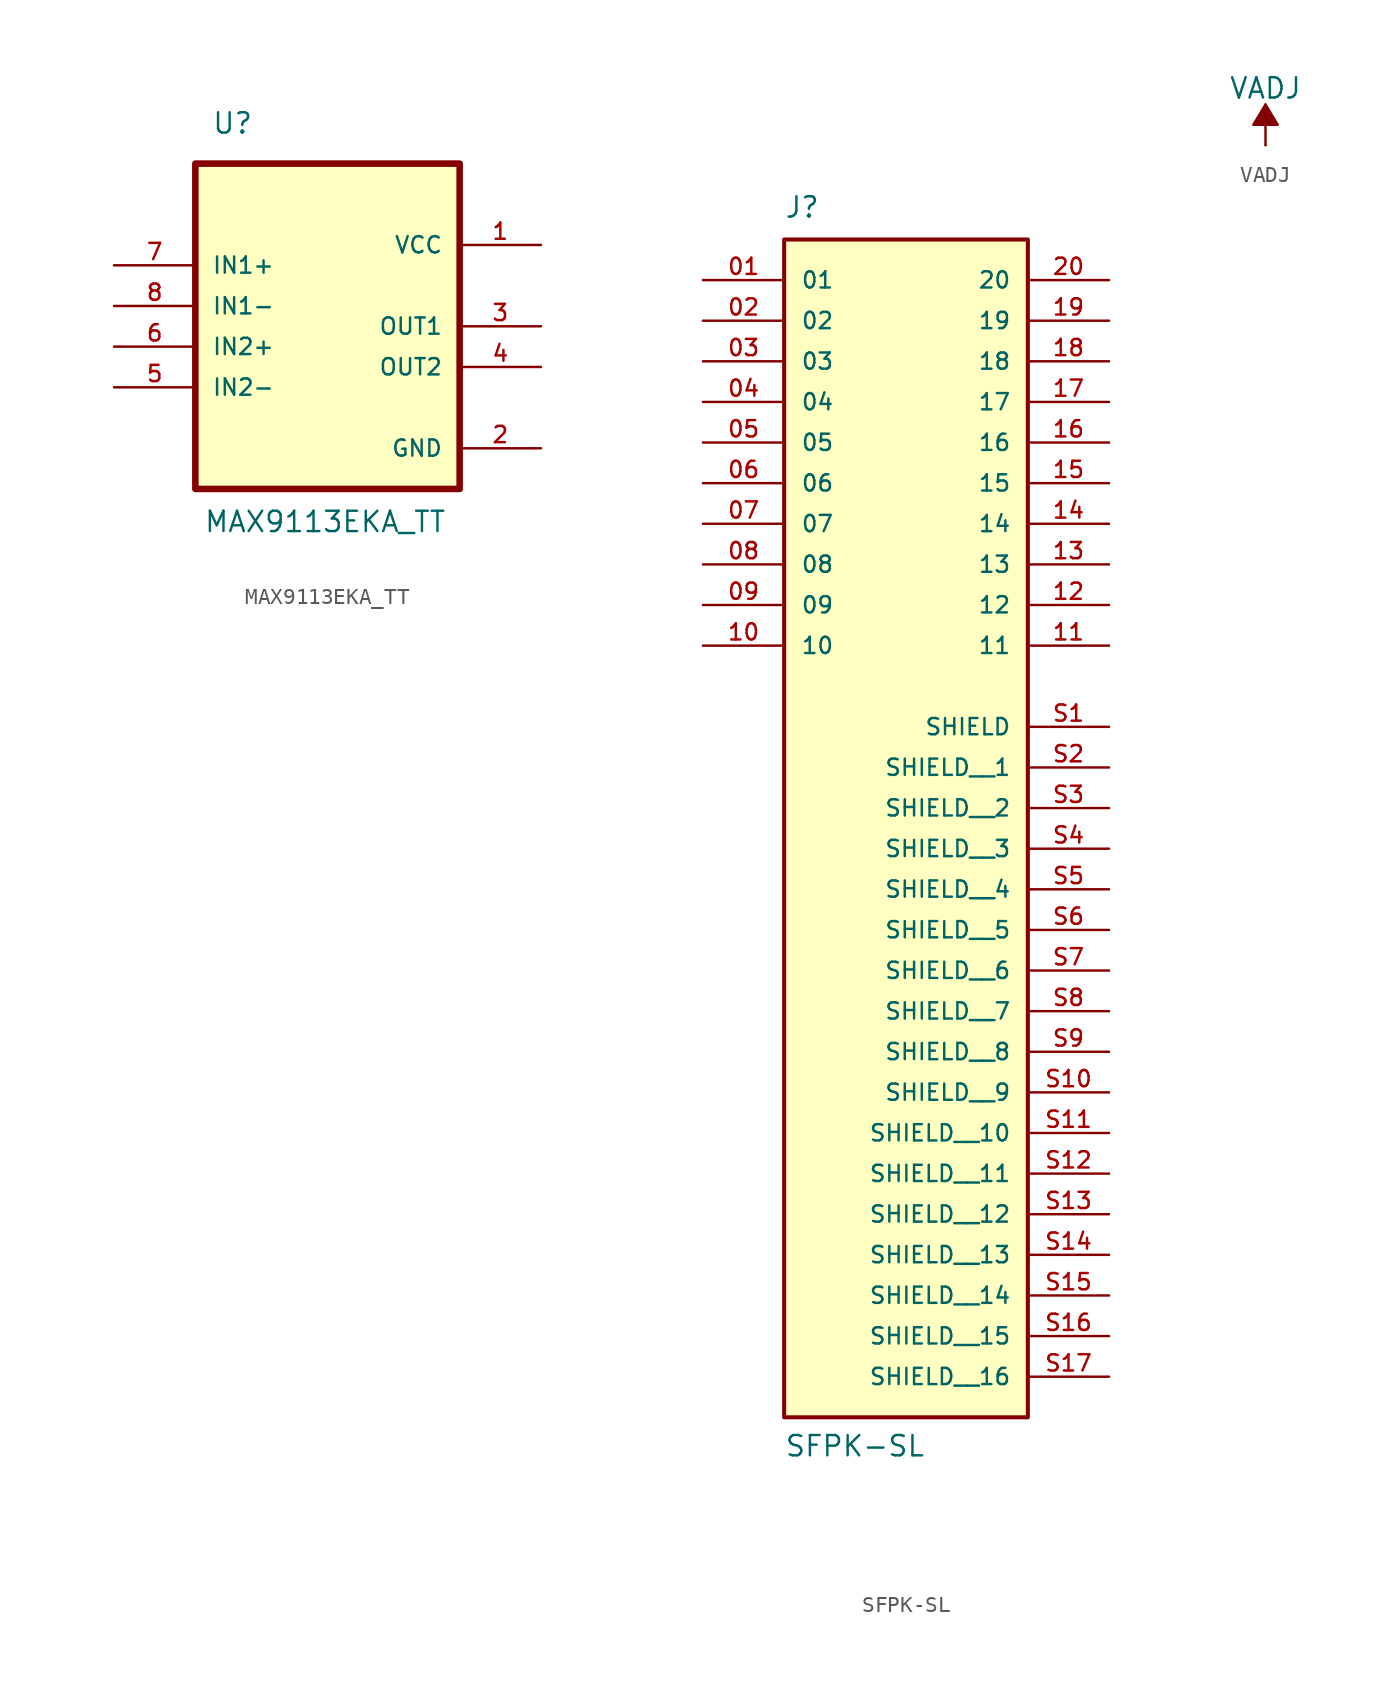
<source format=kicad_sym>
(kicad_symbol_lib
  (version 20231120)
  (generator "kicad_symbol_editor")
  (generator_version "8.0")
  (symbol "MAX9113EKA_TT"
    (pin_names
      (offset 1.016))
    (property "Reference" "U"
      (at -2.794 9.398 0)
      (effects (font (size 1.27 1.27)) (justify left bottom)))
    (property "Value" "MAX9113EKA_TT"
      (at -3.302 -15.494 0)
      (effects (font (size 1.27 1.27)) (justify left bottom)))
    (symbol "MAX9113EKA_TT_0_0"
      (rectangle (start -3.81 7.62) (end 12.7 -12.7) (stroke (width 0.41) (type default)) (fill (type background)))
      (pin power_in line (at 17.78 2.54 180) (length 5.08) (name "VCC" (effects (font (size 1.016 1.016)))) (number "1" (effects (font (size 1.016 1.016)))))
      (pin power_in line (at 17.78 -10.16 180) (length 5.08) (name "GND" (effects (font (size 1.016 1.016)))) (number "2" (effects (font (size 1.016 1.016)))))
      (pin output line (at 17.78 -2.54 180) (length 5.08) (name "OUT1" (effects (font (size 1.016 1.016)))) (number "3" (effects (font (size 1.016 1.016)))))
      (pin output line (at 17.78 -5.08 180) (length 5.08) (name "OUT2" (effects (font (size 1.016 1.016)))) (number "4" (effects (font (size 1.016 1.016)))))
      (pin input line (at -8.89 -6.35 0) (length 5.08) (name "IN2-" (effects (font (size 1.016 1.016)))) (number "5" (effects (font (size 1.016 1.016)))))
      (pin input line (at -8.89 -3.81 0) (length 5.08) (name "IN2+" (effects (font (size 1.016 1.016)))) (number "6" (effects (font (size 1.016 1.016)))))
      (pin input line (at -8.89 1.27 0) (length 5.08) (name "IN1+" (effects (font (size 1.016 1.016)))) (number "7" (effects (font (size 1.016 1.016)))))
      (pin input line (at -8.89 -1.27 0) (length 5.08) (name "IN1-" (effects (font (size 1.016 1.016)))) (number "8" (effects (font (size 1.016 1.016)))))))
  (symbol "SFPK-SL"
    (pin_names
      (offset 1.016))
    (property "Reference" "J"
      (at -7.62 16.51 0)
      (effects (font (size 1.27 1.27)) (justify left bottom)))
    (property "Value" "SFPK-SL"
      (at -7.62 -60.96 0)
      (effects (font (size 1.27 1.27)) (justify left bottom)))
    (symbol "SFPK-SL_0_0"
      (pin passive line (at -12.7 12.7 0) (length 5.08) (name "01" (effects (font (size 1.016 1.016)))) (number "01" (effects (font (size 1.016 1.016)))))
      (pin passive line (at -12.7 10.16 0) (length 5.08) (name "02" (effects (font (size 1.016 1.016)))) (number "02" (effects (font (size 1.016 1.016)))))
      (pin passive line (at -12.7 7.62 0) (length 5.08) (name "03" (effects (font (size 1.016 1.016)))) (number "03" (effects (font (size 1.016 1.016)))))
      (pin passive line (at -12.7 5.08 0) (length 5.08) (name "04" (effects (font (size 1.016 1.016)))) (number "04" (effects (font (size 1.016 1.016)))))
      (pin passive line (at -12.7 2.54 0) (length 5.08) (name "05" (effects (font (size 1.016 1.016)))) (number "05" (effects (font (size 1.016 1.016)))))
      (pin passive line (at -12.7 0 0) (length 5.08) (name "06" (effects (font (size 1.016 1.016)))) (number "06" (effects (font (size 1.016 1.016)))))
      (pin passive line (at -12.7 -2.54 0) (length 5.08) (name "07" (effects (font (size 1.016 1.016)))) (number "07" (effects (font (size 1.016 1.016)))))
      (pin passive line (at -12.7 -5.08 0) (length 5.08) (name "08" (effects (font (size 1.016 1.016)))) (number "08" (effects (font (size 1.016 1.016)))))
      (pin passive line (at -12.7 -7.62 0) (length 5.08) (name "09" (effects (font (size 1.016 1.016)))) (number "09" (effects (font (size 1.016 1.016)))))
      (pin passive line (at -12.7 -10.16 0) (length 5.08) (name "10" (effects (font (size 1.016 1.016)))) (number "10" (effects (font (size 1.016 1.016)))))
      (pin passive line (at 12.7 -10.16 180) (length 5.08) (name "11" (effects (font (size 1.016 1.016)))) (number "11" (effects (font (size 1.016 1.016)))))
      (pin passive line (at 12.7 -7.62 180) (length 5.08) (name "12" (effects (font (size 1.016 1.016)))) (number "12" (effects (font (size 1.016 1.016)))))
      (pin passive line (at 12.7 -5.08 180) (length 5.08) (name "13" (effects (font (size 1.016 1.016)))) (number "13" (effects (font (size 1.016 1.016)))))
      (pin passive line (at 12.7 -2.54 180) (length 5.08) (name "14" (effects (font (size 1.016 1.016)))) (number "14" (effects (font (size 1.016 1.016)))))
      (pin passive line (at 12.7 0 180) (length 5.08) (name "15" (effects (font (size 1.016 1.016)))) (number "15" (effects (font (size 1.016 1.016)))))
      (pin passive line (at 12.7 2.54 180) (length 5.08) (name "16" (effects (font (size 1.016 1.016)))) (number "16" (effects (font (size 1.016 1.016)))))
      (pin passive line (at 12.7 5.08 180) (length 5.08) (name "17" (effects (font (size 1.016 1.016)))) (number "17" (effects (font (size 1.016 1.016)))))
      (pin passive line (at 12.7 7.62 180) (length 5.08) (name "18" (effects (font (size 1.016 1.016)))) (number "18" (effects (font (size 1.016 1.016)))))
      (pin passive line (at 12.7 10.16 180) (length 5.08) (name "19" (effects (font (size 1.016 1.016)))) (number "19" (effects (font (size 1.016 1.016)))))
      (pin passive line (at 12.7 12.7 180) (length 5.08) (name "20" (effects (font (size 1.016 1.016)))) (number "20" (effects (font (size 1.016 1.016)))))
      (pin passive line (at 12.7 -15.24 180) (length 5.08) (name "SHIELD" (effects (font (size 1.016 1.016)))) (number "S1" (effects (font (size 1.016 1.016)))))
      (pin passive line (at 12.7 -38.1 180) (length 5.08) (name "SHIELD__9" (effects (font (size 1.016 1.016)))) (number "S10" (effects (font (size 1.016 1.016)))))
      (pin passive line (at 12.7 -40.64 180) (length 5.08) (name "SHIELD__10" (effects (font (size 1.016 1.016)))) (number "S11" (effects (font (size 1.016 1.016)))))
      (pin passive line (at 12.7 -43.18 180) (length 5.08) (name "SHIELD__11" (effects (font (size 1.016 1.016)))) (number "S12" (effects (font (size 1.016 1.016)))))
      (pin passive line (at 12.7 -45.72 180) (length 5.08) (name "SHIELD__12" (effects (font (size 1.016 1.016)))) (number "S13" (effects (font (size 1.016 1.016)))))
      (pin passive line (at 12.7 -48.26 180) (length 5.08) (name "SHIELD__13" (effects (font (size 1.016 1.016)))) (number "S14" (effects (font (size 1.016 1.016)))))
      (pin passive line (at 12.7 -50.8 180) (length 5.08) (name "SHIELD__14" (effects (font (size 1.016 1.016)))) (number "S15" (effects (font (size 1.016 1.016)))))
      (pin passive line (at 12.7 -53.34 180) (length 5.08) (name "SHIELD__15" (effects (font (size 1.016 1.016)))) (number "S16" (effects (font (size 1.016 1.016)))))
      (pin passive line (at 12.7 -55.88 180) (length 5.08) (name "SHIELD__16" (effects (font (size 1.016 1.016)))) (number "S17" (effects (font (size 1.016 1.016)))))
      (pin passive line (at 12.7 -17.78 180) (length 5.08) (name "SHIELD__1" (effects (font (size 1.016 1.016)))) (number "S2" (effects (font (size 1.016 1.016)))))
      (pin passive line (at 12.7 -20.32 180) (length 5.08) (name "SHIELD__2" (effects (font (size 1.016 1.016)))) (number "S3" (effects (font (size 1.016 1.016)))))
      (pin passive line (at 12.7 -22.86 180) (length 5.08) (name "SHIELD__3" (effects (font (size 1.016 1.016)))) (number "S4" (effects (font (size 1.016 1.016)))))
      (pin passive line (at 12.7 -25.4 180) (length 5.08) (name "SHIELD__4" (effects (font (size 1.016 1.016)))) (number "S5" (effects (font (size 1.016 1.016)))))
      (pin passive line (at 12.7 -27.94 180) (length 5.08) (name "SHIELD__5" (effects (font (size 1.016 1.016)))) (number "S6" (effects (font (size 1.016 1.016)))))
      (pin passive line (at 12.7 -30.48 180) (length 5.08) (name "SHIELD__6" (effects (font (size 1.016 1.016)))) (number "S7" (effects (font (size 1.016 1.016)))))
      (pin passive line (at 12.7 -33.02 180) (length 5.08) (name "SHIELD__7" (effects (font (size 1.016 1.016)))) (number "S8" (effects (font (size 1.016 1.016)))))
      (pin passive line (at 12.7 -35.56 180) (length 5.08) (name "SHIELD__8" (effects (font (size 1.016 1.016)))) (number "S9" (effects (font (size 1.016 1.016))))))
    (symbol "SFPK-SL_1_0"
      (rectangle (start -7.62 15.24) (end 7.62 -58.42) (stroke (width 0.254) (type default)) (fill (type background)))))
  (symbol "VADJ"
    (power)
    (pin_numbers hide)
    (pin_names
      (offset 0) hide)
    (property "Reference" "#PWR"
      (at 0 -3.81 0)
      (effects (font (size 1.27 1.27)) (hide yes)))
    (property "Value" "VADJ"
      (at 0 3.556 0)
      (effects (font (size 1.27 1.27))))
    (symbol "VADJ_0_1"
      (polyline (pts (xy 0 0) (xy 0 2.54)) (stroke (width 0) (type default)) (fill (type none)))
      (polyline (pts (xy 0.762 1.27) (xy -0.762 1.27) (xy 0 2.54) (xy 0.762 1.27)) (stroke (width 0) (type default)) (fill (type outline))))
    (symbol "VADJ_1_1"
      (pin power_in line (at 0 0 90) (length 0) (name "~" (effects (font (size 1.27 1.27)))) (number "1" (effects (font (size 1.27 1.27))))))))
</source>
